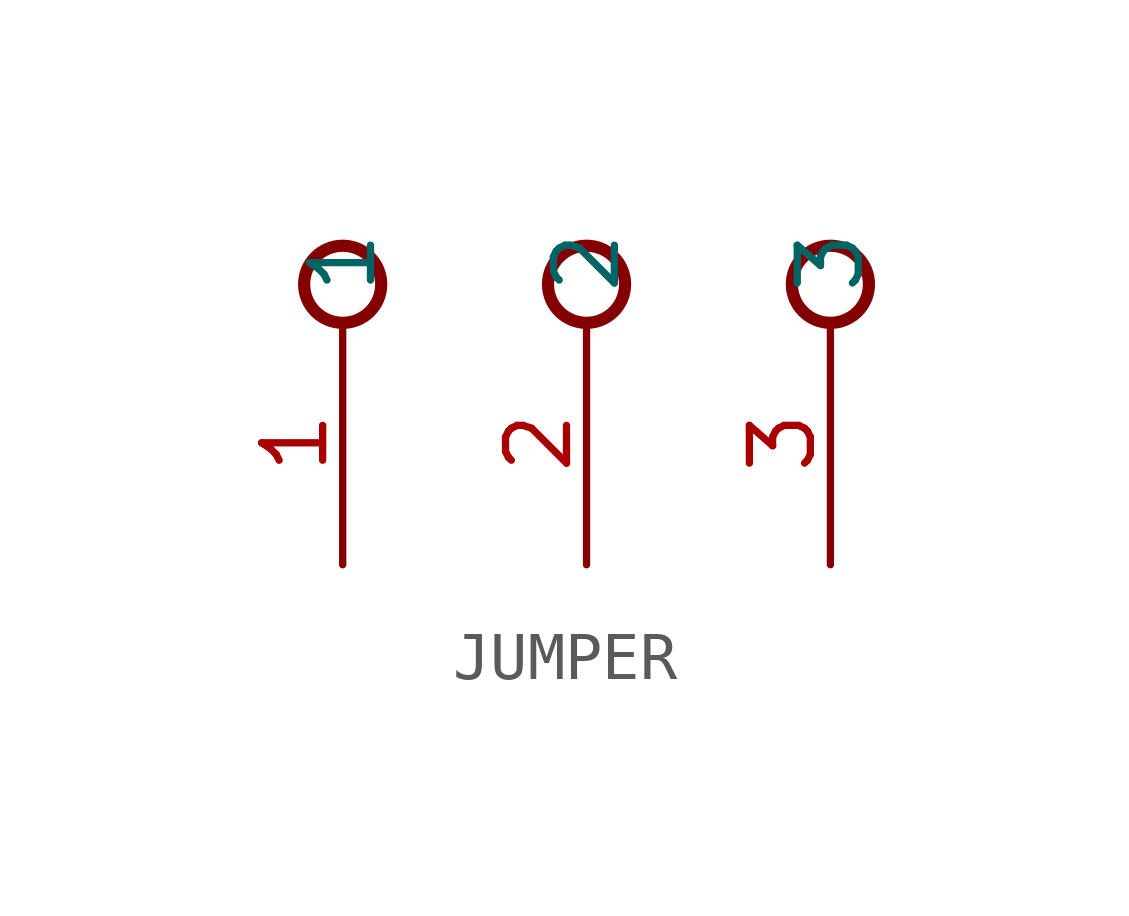
<source format=kicad_sym>
(kicad_symbol_lib
  (version 20220914)
  (generator kicad_symbol_editor)
  (symbol "JUMPER"
    (property "Reference" ""
      (at 0 0 0)
      (effects (font (size 1.27 1.27)) hide))
    (property "ki_locked" ""
      (at 0 0 0)
      (effects (font (size 1.27 1.27))))
    (symbol "JUMPER_1_0"
      (circle (center -5.08 3.302) (radius 0.803) (stroke (width 0.254) (type solid)) (fill (type none)))
      (circle (center 0 3.302) (radius 0.803) (stroke (width 0.254) (type solid)) (fill (type none)))
      (circle (center 5.08 3.302) (radius 0.803) (stroke (width 0.254) (type solid)) (fill (type none)))
      (pin bidirectional line (at -5.08 -2.54 90) (length 5.08) (name "1" (effects (font (size 1.27 1.27)))) (number "1" (effects (font (size 1.27 1.27)))))
      (pin bidirectional line (at 0 -2.54 90) (length 5.08) (name "2" (effects (font (size 1.27 1.27)))) (number "2" (effects (font (size 1.27 1.27)))))
      (pin bidirectional line (at 5.08 -2.54 90) (length 5.08) (name "3" (effects (font (size 1.27 1.27)))) (number "3" (effects (font (size 1.27 1.27))))))))
</source>
